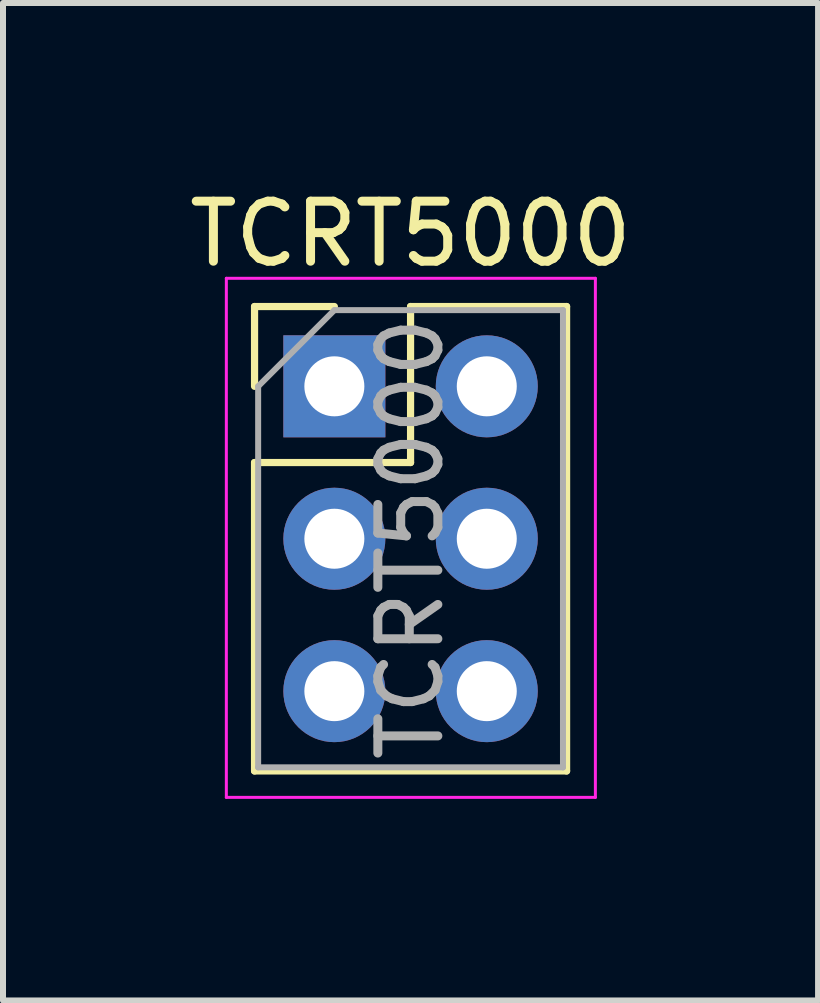
<source format=kicad_pcb>
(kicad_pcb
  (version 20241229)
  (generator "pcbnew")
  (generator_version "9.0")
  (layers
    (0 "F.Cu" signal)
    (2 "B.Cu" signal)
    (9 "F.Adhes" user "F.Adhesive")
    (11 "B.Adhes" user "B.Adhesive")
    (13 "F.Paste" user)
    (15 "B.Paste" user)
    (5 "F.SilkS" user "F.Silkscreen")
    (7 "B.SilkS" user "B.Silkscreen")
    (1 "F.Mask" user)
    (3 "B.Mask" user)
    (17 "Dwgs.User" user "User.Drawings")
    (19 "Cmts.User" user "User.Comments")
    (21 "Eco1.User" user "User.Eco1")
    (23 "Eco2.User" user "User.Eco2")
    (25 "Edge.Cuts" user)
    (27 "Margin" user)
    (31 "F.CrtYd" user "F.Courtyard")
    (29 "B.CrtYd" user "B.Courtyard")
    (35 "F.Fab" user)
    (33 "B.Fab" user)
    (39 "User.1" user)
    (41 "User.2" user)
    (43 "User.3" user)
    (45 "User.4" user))
  (footprint "TCRT5000"
    (layer "F.Cu")
    (at 3.792 10.373)
    (property "Reference" "TCRT5000" (at 0 -9.525 0) (layer "F.SilkS") (effects (font (size 1 1) (thickness 0.15))))
    (attr through_hole)
    (fp_line (start -2.6 -8.315) (end -1.27 -8.315) (stroke (width 0.12) (type solid)) (layer "F.SilkS"))
    (fp_line (start -2.6 -6.985) (end -2.6 -8.315) (stroke (width 0.12) (type solid)) (layer "F.SilkS"))
    (fp_line (start -2.6 -5.715) (end -2.6 -0.575) (stroke (width 0.12) (type solid)) (layer "F.SilkS"))
    (fp_line (start -2.6 -5.715) (end 0 -5.715) (stroke (width 0.12) (type solid)) (layer "F.SilkS"))
    (fp_line (start -2.6 -0.575) (end 2.6 -0.575) (stroke (width 0.12) (type solid)) (layer "F.SilkS"))
    (fp_line (start 0 -8.315) (end 2.6 -8.315) (stroke (width 0.12) (type solid)) (layer "F.SilkS"))
    (fp_line (start 0 -5.715) (end 0 -8.315) (stroke (width 0.12) (type solid)) (layer "F.SilkS"))
    (fp_line (start 2.6 -8.315) (end 2.6 -0.575) (stroke (width 0.12) (type solid)) (layer "F.SilkS"))
    (fp_line (start -3.07 -8.785) (end -3.07 -0.135) (stroke (width 0.05) (type solid)) (layer "F.CrtYd"))
    (fp_line (start -3.07 -0.135) (end 3.08 -0.135) (stroke (width 0.05) (type solid)) (layer "F.CrtYd"))
    (fp_line (start 3.08 -8.785) (end -3.07 -8.785) (stroke (width 0.05) (type solid)) (layer "F.CrtYd"))
    (fp_line (start 3.08 -0.135) (end 3.08 -8.785) (stroke (width 0.05) (type solid)) (layer "F.CrtYd"))
    (fp_line (start -2.54 -6.985) (end -1.27 -8.255) (stroke (width 0.1) (type solid)) (layer "F.Fab"))
    (fp_line (start -2.54 -0.635) (end -2.54 -6.985) (stroke (width 0.1) (type solid)) (layer "F.Fab"))
    (fp_line (start -1.27 -8.255) (end 2.54 -8.255) (stroke (width 0.1) (type solid)) (layer "F.Fab"))
    (fp_line (start 2.54 -8.255) (end 2.54 -0.635) (stroke (width 0.1) (type solid)) (layer "F.Fab"))
    (fp_line (start 2.54 -0.635) (end -2.54 -0.635) (stroke (width 0.1) (type solid)) (layer "F.Fab"))
    (fp_text user "${REFERENCE}" (at 0 -4.445 90) (layer "F.Fab") (effects (font (size 1 1) (thickness 0.15))))
    (pad "1" thru_hole rect (at -1.27 -6.985) (size 1.7 1.7) (drill 1) (layers "*.Cu" "*.Mask"))
    (pad "2" thru_hole oval (at 1.27 -6.985) (size 1.7 1.7) (drill 1) (layers "*.Cu" "*.Mask"))
    (pad "3" thru_hole oval (at -1.27 -4.445) (size 1.7 1.7) (drill 1) (layers "*.Cu" "*.Mask"))
    (pad "4" thru_hole oval (at 1.27 -4.445) (size 1.7 1.7) (drill 1) (layers "*.Cu" "*.Mask"))
    (pad "5" thru_hole oval (at -1.27 -1.905) (size 1.7 1.7) (drill 1) (layers "*.Cu" "*.Mask"))
    (pad "6" thru_hole oval (at 1.27 -1.905) (size 1.7 1.7) (drill 1) (layers "*.Cu" "*.Mask")))
  (gr_rect
    (start -3 -3)
    (end 10.583 13.623)
    (stroke (width 0.1) (type default))
    (fill no)
    (layer "Edge.Cuts")))
</source>
